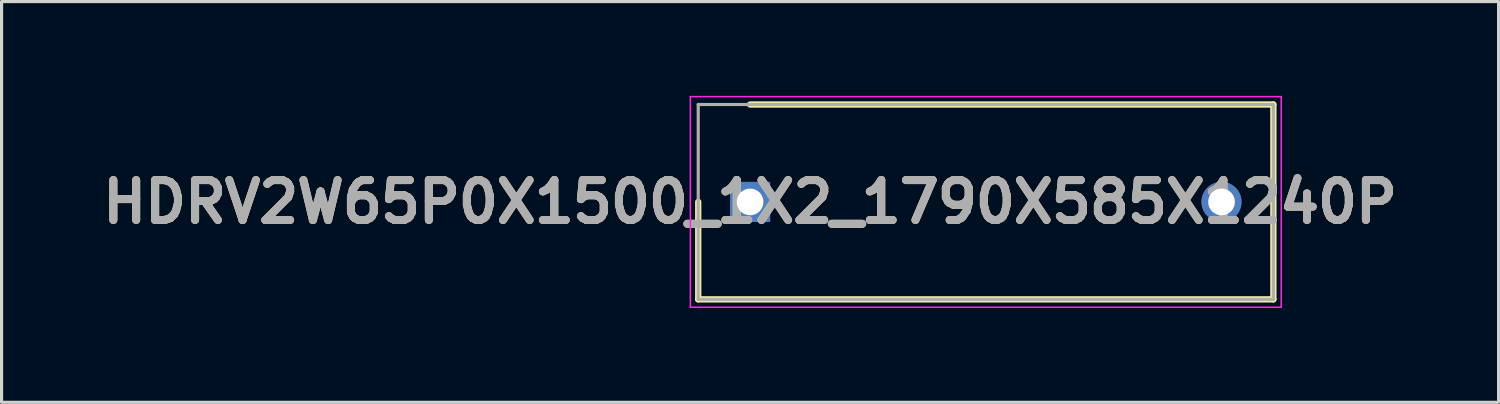
<source format=kicad_pcb>
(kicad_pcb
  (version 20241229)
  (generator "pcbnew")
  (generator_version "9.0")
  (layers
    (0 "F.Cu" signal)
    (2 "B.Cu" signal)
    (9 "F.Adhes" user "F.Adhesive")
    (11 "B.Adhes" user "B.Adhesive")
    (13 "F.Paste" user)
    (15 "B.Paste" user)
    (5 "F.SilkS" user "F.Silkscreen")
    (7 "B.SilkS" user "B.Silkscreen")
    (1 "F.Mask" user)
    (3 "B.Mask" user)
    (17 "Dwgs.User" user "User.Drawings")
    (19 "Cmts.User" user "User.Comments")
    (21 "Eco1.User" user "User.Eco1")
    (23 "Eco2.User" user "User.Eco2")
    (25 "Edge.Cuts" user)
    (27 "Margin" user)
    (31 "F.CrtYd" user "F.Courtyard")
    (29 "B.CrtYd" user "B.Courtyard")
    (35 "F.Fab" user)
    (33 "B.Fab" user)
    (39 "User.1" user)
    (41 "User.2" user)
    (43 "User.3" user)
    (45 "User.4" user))
  (footprint "HDRV2W65P0X1500_1X2_1790X585X1240P"
    (layer "F.Cu")
    (at 20.816 3.375)
    (property "Reference" "HDRV2W65P0X1500_1X2_1790X585X1240P" (at 0 0 0) (layer "F.SilkS") (effects (font (size 1.27 1.27) (thickness 0.254))))
    (attr through_hole)
    (fp_line (start -1.65 0) (end -1.65 3.1) (stroke (width 0.2) (type solid)) (layer "F.SilkS"))
    (fp_line (start -1.65 3.1) (end 16.65 3.1) (stroke (width 0.2) (type solid)) (layer "F.SilkS"))
    (fp_line (start 16.65 -3.1) (end 0 -3.1) (stroke (width 0.2) (type solid)) (layer "F.SilkS"))
    (fp_line (start 16.65 3.1) (end 16.65 -3.1) (stroke (width 0.2) (type solid)) (layer "F.SilkS"))
    (fp_line (start -1.9 -3.35) (end 16.9 -3.35) (stroke (width 0.05) (type solid)) (layer "F.CrtYd"))
    (fp_line (start -1.9 3.35) (end -1.9 -3.35) (stroke (width 0.05) (type solid)) (layer "F.CrtYd"))
    (fp_line (start 16.9 -3.35) (end 16.9 3.35) (stroke (width 0.05) (type solid)) (layer "F.CrtYd"))
    (fp_line (start 16.9 3.35) (end -1.9 3.35) (stroke (width 0.05) (type solid)) (layer "F.CrtYd"))
    (fp_line (start -1.65 -3.1) (end 16.65 -3.1) (stroke (width 0.1) (type solid)) (layer "F.Fab"))
    (fp_line (start -1.65 3.1) (end -1.65 -3.1) (stroke (width 0.1) (type solid)) (layer "F.Fab"))
    (fp_line (start 16.65 -3.1) (end 16.65 3.1) (stroke (width 0.1) (type solid)) (layer "F.Fab"))
    (fp_line (start 16.65 3.1) (end -1.65 3.1) (stroke (width 0.1) (type solid)) (layer "F.Fab"))
    (fp_text user "${REFERENCE}" (at 0 0 0) (layer "F.Fab") (effects (font (size 1.27 1.27) (thickness 0.254))))
    (pad "1" thru_hole rect (at 0 0) (size 1.275 1.275) (drill 0.85) (layers "*.Cu" "*.Mask"))
    (pad "2" thru_hole circle (at 15 0) (size 1.275 1.275) (drill 0.85) (layers "*.Cu" "*.Mask")))
  (gr_rect
    (start -3 -3)
    (end 44.632 9.75)
    (stroke (width 0.1) (type default))
    (fill no)
    (layer "Edge.Cuts")))
</source>
